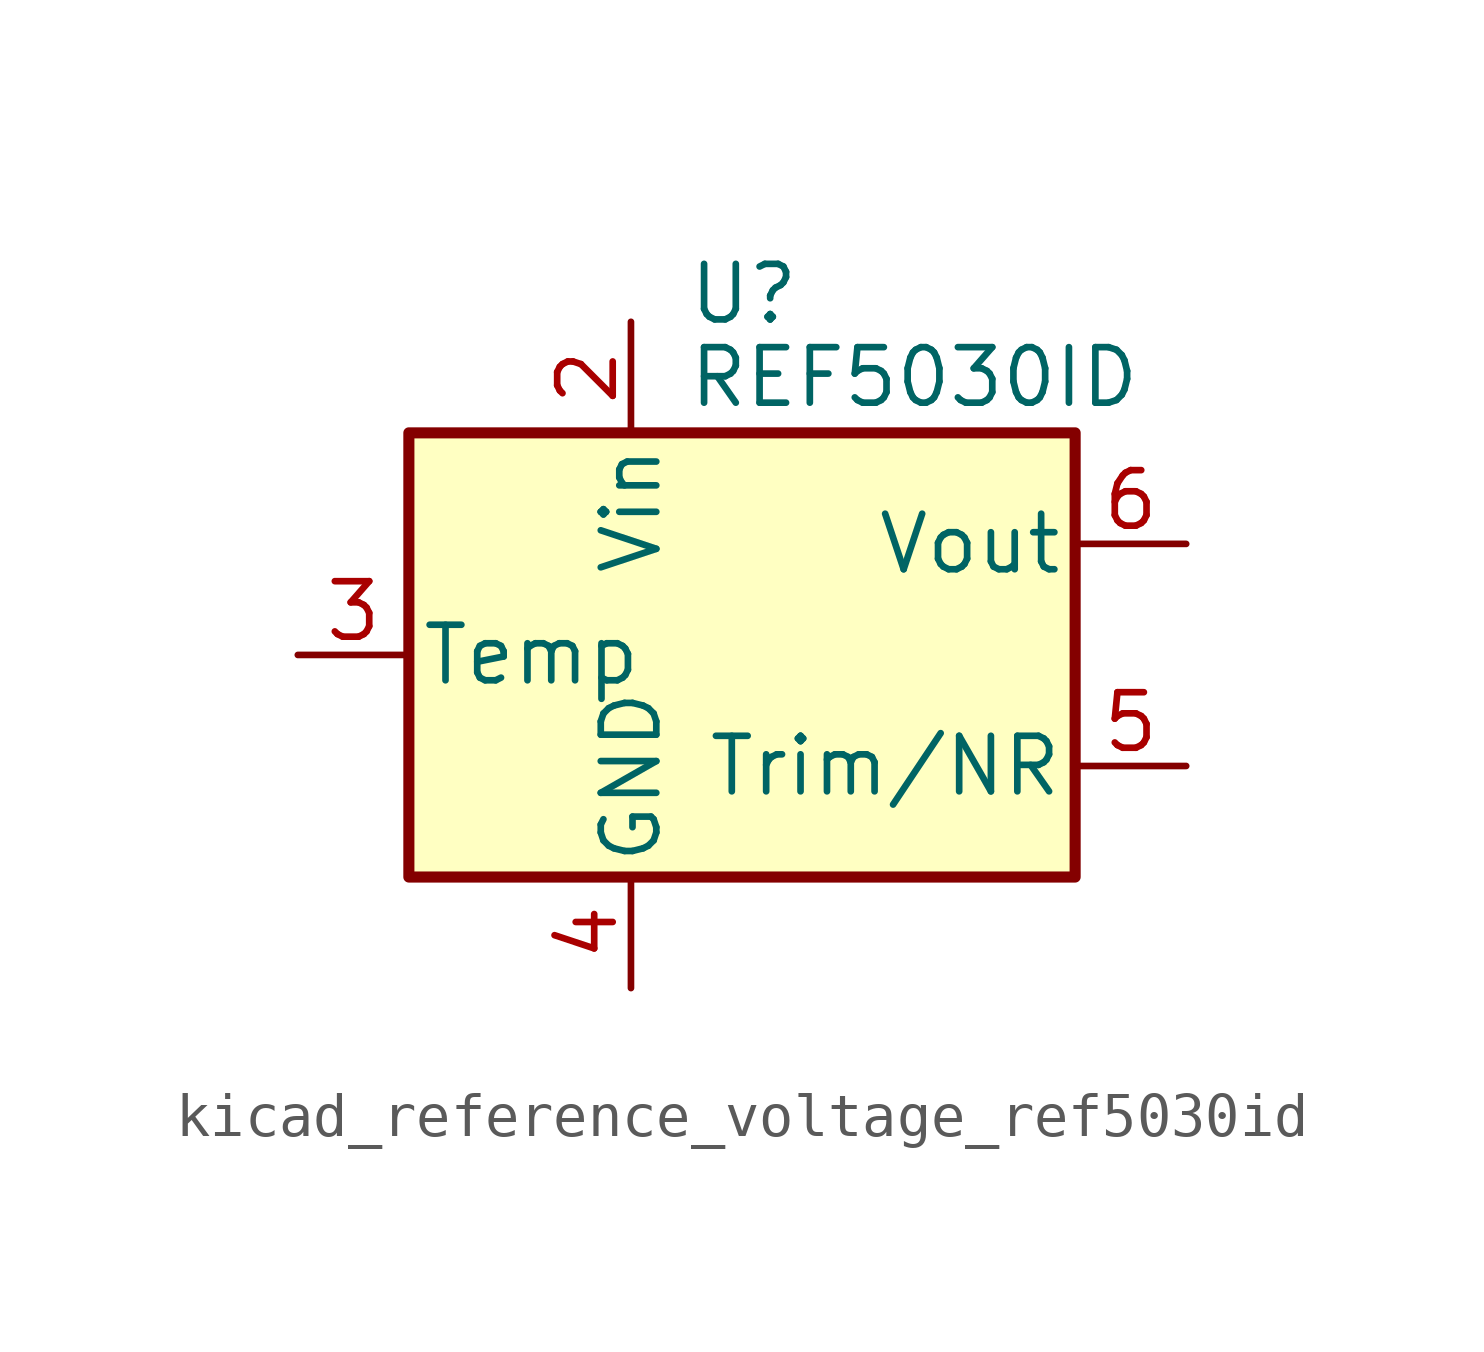
<source format=kicad_sym>
(kicad_symbol_lib
  (version 20220914)
  (generator kicad_symbol_editor)
  (symbol "kicad_reference_voltage_ref5030id"
    (pin_names
      (offset 0.254))
    (property "Reference" "U"
      (at -1.27 8.255 0)
      (effects (font (size 1.27 1.27)) (justify left)))
    (property "Value" "REF5030ID"
      (at -1.27 6.35 0)
      (effects (font (size 1.27 1.27)) (justify left)))
    (symbol "kicad_reference_voltage_ref5030id_0_1"
      (rectangle (start -7.62 5.08) (end 7.62 -5.08) (stroke (width 0.254) (type default)) (fill (type background))))
    (symbol "kicad_reference_voltage_ref5030id_1_1"
      (pin no_connect line (at -7.62 2.54 0) (length 2.54) hide (name "DNC" (effects (font (size 1.27 1.27)))) (number "1" (effects (font (size 1.27 1.27)))))
      (pin power_in line (at -2.54 7.62 270) (length 2.54) (name "Vin" (effects (font (size 1.27 1.27)))) (number "2" (effects (font (size 1.27 1.27)))))
      (pin passive line (at -10.16 0 0) (length 2.54) (name "Temp" (effects (font (size 1.27 1.27)))) (number "3" (effects (font (size 1.27 1.27)))))
      (pin power_in line (at -2.54 -7.62 90) (length 2.54) (name "GND" (effects (font (size 1.27 1.27)))) (number "4" (effects (font (size 1.27 1.27)))))
      (pin passive line (at 10.16 -2.54 180) (length 2.54) (name "Trim/NR" (effects (font (size 1.27 1.27)))) (number "5" (effects (font (size 1.27 1.27)))))
      (pin power_out line (at 10.16 2.54 180) (length 2.54) (name "Vout" (effects (font (size 1.27 1.27)))) (number "6" (effects (font (size 1.27 1.27)))))
      (pin no_connect line (at -5.08 -5.08 90) (length 2.54) hide (name "NC" (effects (font (size 1.27 1.27)))) (number "7" (effects (font (size 1.27 1.27)))))
      (pin no_connect line (at 7.62 0 180) (length 2.54) hide (name "DNC" (effects (font (size 1.27 1.27)))) (number "8" (effects (font (size 1.27 1.27))))))))
</source>
